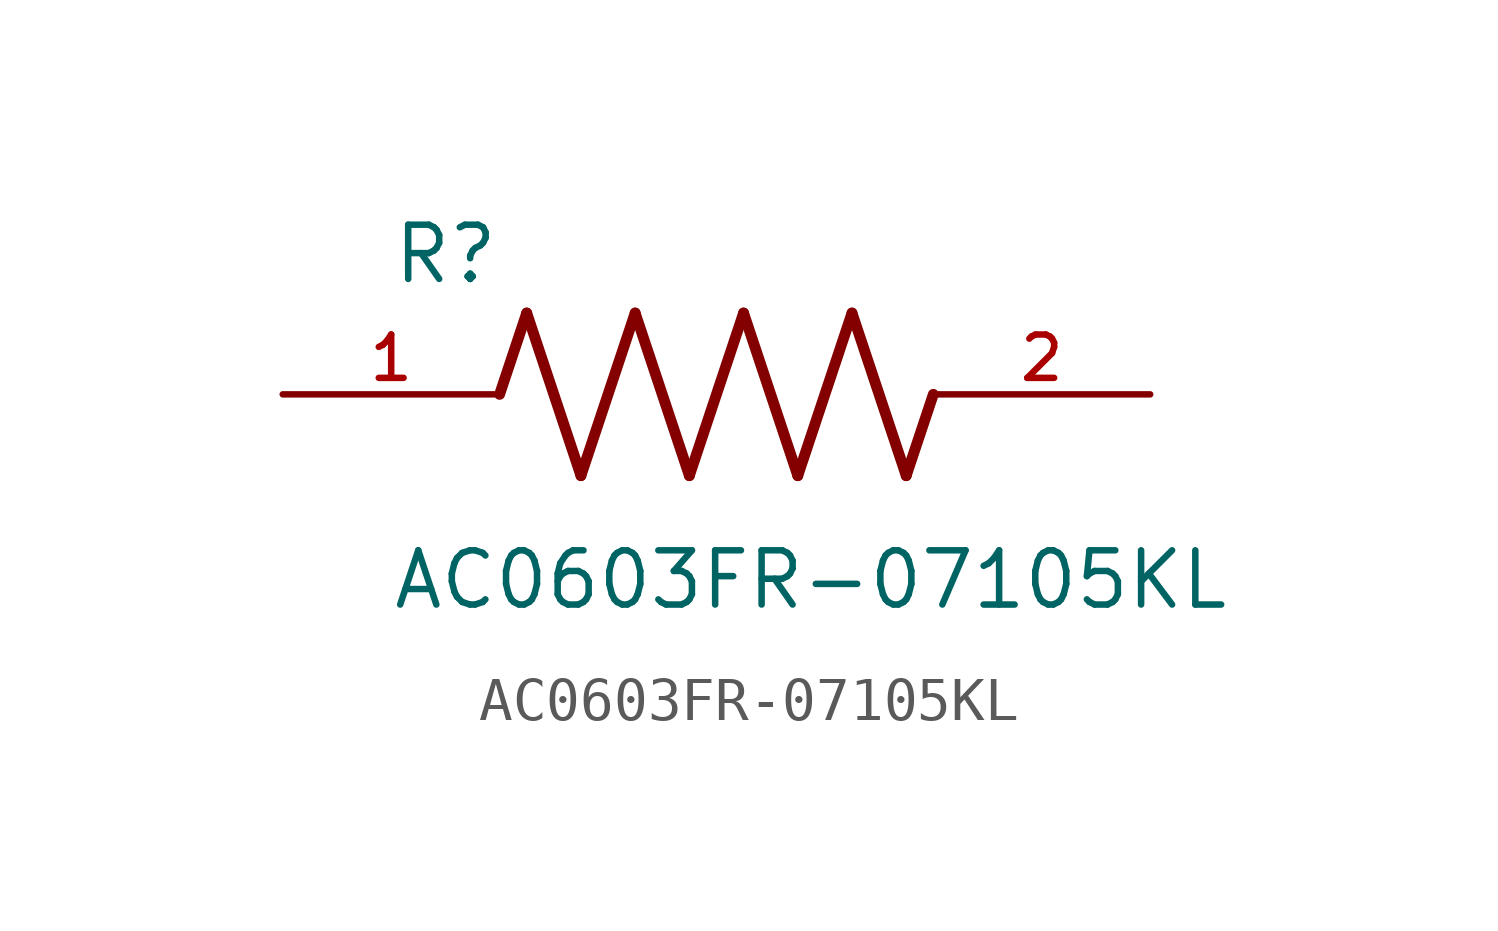
<source format=kicad_sym>
(kicad_symbol_lib
  (version 20211014)
  (generator kicad_symbol_editor)
  (symbol "AC0603FR-07105KL"
    (pin_names
      (offset 1.016))
    (property "Reference" "R"
      (at -7.624 2.541 0)
      (effects (font (size 1.27 1.27)) (justify bottom left)))
    (property "Value" "AC0603FR-07105KL"
      (at -7.63 -5.087 0)
      (effects (font (size 1.27 1.27)) (justify bottom left)))
    (symbol "AC0603FR-07105KL_0_0"
      (polyline (pts (xy -5.08 0.0) (xy -4.445 1.905)) (stroke (width 0.254)))
      (polyline (pts (xy -4.445 1.905) (xy -3.175 -1.905)) (stroke (width 0.254)))
      (polyline (pts (xy -3.175 -1.905) (xy -1.905 1.905)) (stroke (width 0.254)))
      (polyline (pts (xy -1.905 1.905) (xy -0.635 -1.905)) (stroke (width 0.254)))
      (polyline (pts (xy -0.635 -1.905) (xy 0.635 1.905)) (stroke (width 0.254)))
      (polyline (pts (xy 0.635 1.905) (xy 1.905 -1.905)) (stroke (width 0.254)))
      (polyline (pts (xy 1.905 -1.905) (xy 3.175 1.905)) (stroke (width 0.254)))
      (polyline (pts (xy 3.175 1.905) (xy 4.445 -1.905)) (stroke (width 0.254)))
      (polyline (pts (xy 4.445 -1.905) (xy 5.08 0.0)) (stroke (width 0.254)))
      (pin passive line (at -10.16 0.0 0) (length 5.08) (name "~" (effects (font (size 1.016 1.016)))) (number "1" (effects (font (size 1.016 1.016)))))
      (pin passive line (at 10.16 0.0 180.0) (length 5.08) (name "~" (effects (font (size 1.016 1.016)))) (number "2" (effects (font (size 1.016 1.016))))))))
</source>
